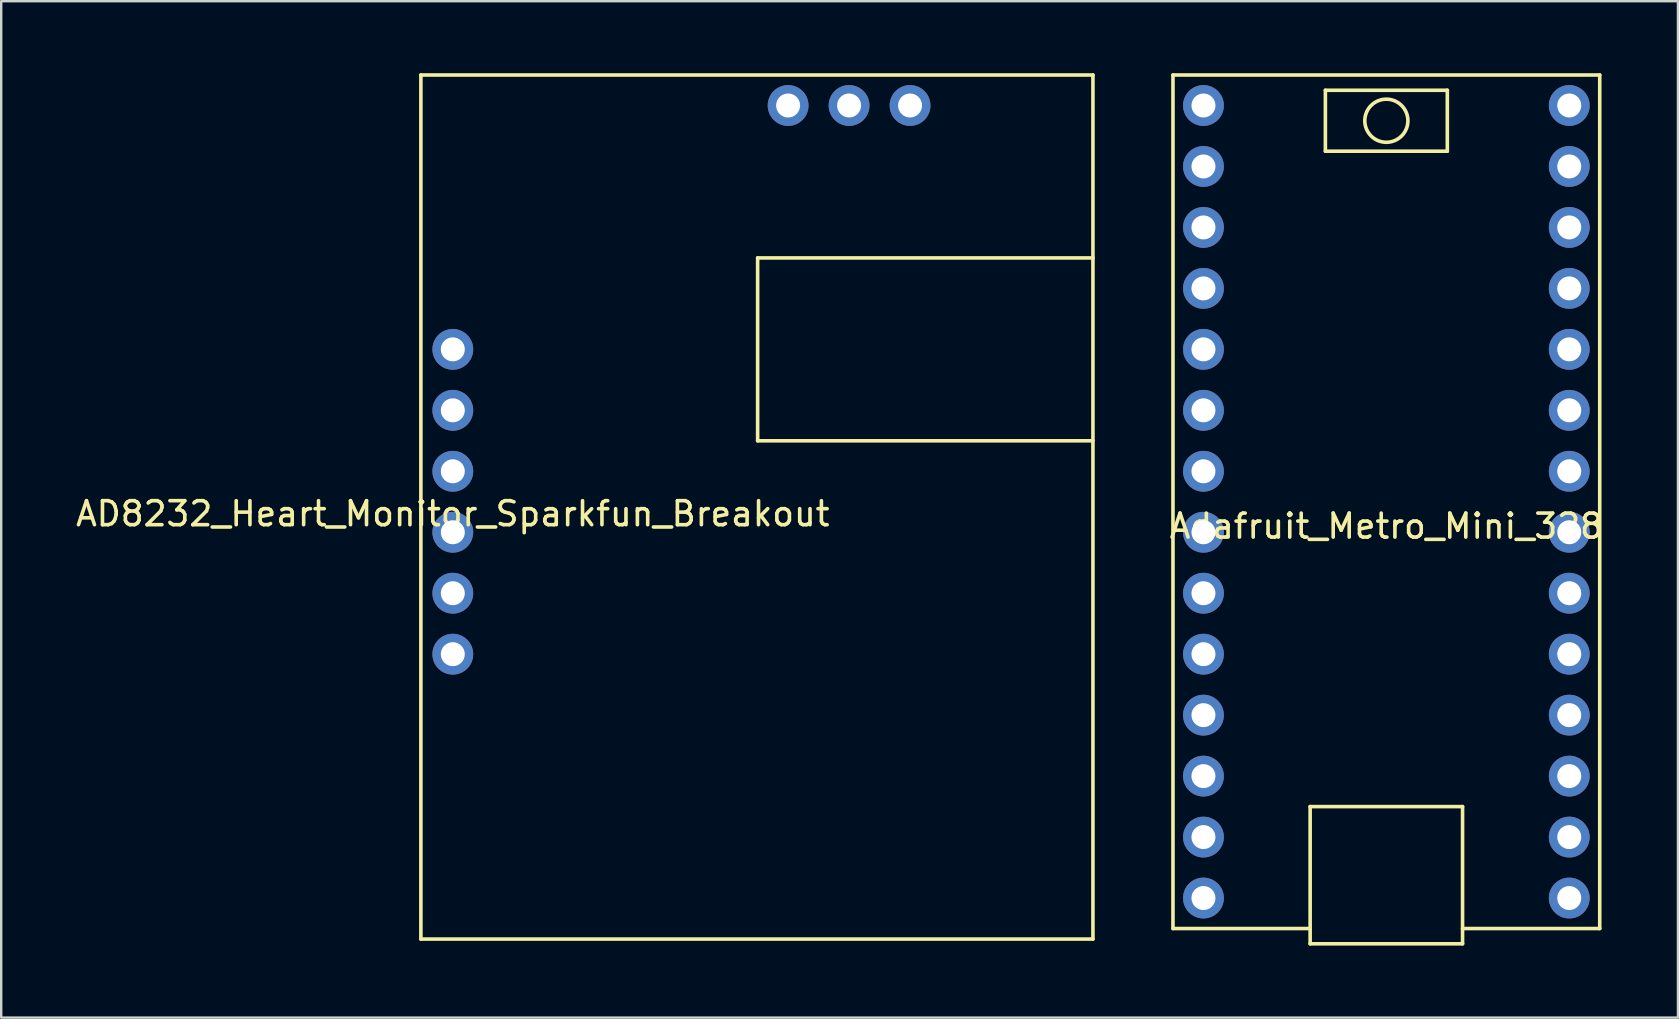
<source format=kicad_pcb>
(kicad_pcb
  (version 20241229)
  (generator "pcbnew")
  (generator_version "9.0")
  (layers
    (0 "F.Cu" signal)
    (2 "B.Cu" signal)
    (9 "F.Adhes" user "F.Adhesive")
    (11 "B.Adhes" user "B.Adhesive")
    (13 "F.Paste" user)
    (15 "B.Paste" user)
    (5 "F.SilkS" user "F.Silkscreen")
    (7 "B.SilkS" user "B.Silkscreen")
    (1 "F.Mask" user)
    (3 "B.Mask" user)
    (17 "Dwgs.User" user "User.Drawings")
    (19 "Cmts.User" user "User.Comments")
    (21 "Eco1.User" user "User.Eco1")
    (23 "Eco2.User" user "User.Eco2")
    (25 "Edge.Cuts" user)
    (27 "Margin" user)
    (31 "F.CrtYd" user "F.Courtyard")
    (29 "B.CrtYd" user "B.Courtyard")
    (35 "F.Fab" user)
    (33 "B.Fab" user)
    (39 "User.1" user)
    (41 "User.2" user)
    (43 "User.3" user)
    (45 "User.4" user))
  (footprint "AD8232_Heart_Monitor_Sparkfun_Breakout"
    (layer "F.Cu")
    (at 28.515 17.855)
    (property "Reference" "AD8232_Heart_Monitor_Sparkfun_Breakout" (at -12.7 0.5 0) (layer "F.SilkS") (effects (font (size 1 1) (thickness 0.15))))
    (attr through_hole)
    (fp_line (start -14.03 -17.78) (end -14.03 18.22) (stroke (width 0.15) (type solid)) (layer "F.SilkS"))
    (fp_line (start -14.03 18.22) (end 13.97 18.22) (stroke (width 0.15) (type solid)) (layer "F.SilkS"))
    (fp_line (start 0 -10.16) (end 0 -2.54) (stroke (width 0.15) (type solid)) (layer "F.SilkS"))
    (fp_line (start 0 -2.54) (end 13.97 -2.54) (stroke (width 0.15) (type solid)) (layer "F.SilkS"))
    (fp_line (start 13.97 -17.78) (end -14.03 -17.78) (stroke (width 0.15) (type solid)) (layer "F.SilkS"))
    (fp_line (start 13.97 -10.16) (end 0 -10.16) (stroke (width 0.15) (type solid)) (layer "F.SilkS"))
    (fp_line (start 13.97 18.22) (end 13.97 -17.78) (stroke (width 0.15) (type solid)) (layer "F.SilkS"))
    (pad "1" thru_hole circle (at -12.7 -6.35) (size 1.7 1.7) (drill 1) (layers "*.Cu" "*.Mask"))
    (pad "2" thru_hole circle (at -12.7 -3.81) (size 1.7 1.7) (drill 1) (layers "*.Cu" "*.Mask"))
    (pad "3" thru_hole circle (at -12.7 -1.27) (size 1.7 1.7) (drill 1) (layers "*.Cu" "*.Mask"))
    (pad "4" thru_hole circle (at -12.7 1.27) (size 1.7 1.7) (drill 1) (layers "*.Cu" "*.Mask"))
    (pad "5" thru_hole circle (at -12.7 3.81) (size 1.7 1.7) (drill 1) (layers "*.Cu" "*.Mask"))
    (pad "6" thru_hole circle (at -12.7 6.35) (size 1.7 1.7) (drill 1) (layers "*.Cu" "*.Mask"))
    (pad "7" thru_hole circle (at 6.35 -16.51) (size 1.7 1.7) (drill 1) (layers "*.Cu" "*.Mask"))
    (pad "8" thru_hole circle (at 3.81 -16.51) (size 1.7 1.7) (drill 1) (layers "*.Cu" "*.Mask"))
    (pad "9" thru_hole circle (at 1.27 -16.51) (size 1.7 1.7) (drill 1) (layers "*.Cu" "*.Mask")))
  (footprint "Adafruit_Metro_Mini_328"
    (layer "F.Cu")
    (at 54.709 19.125)
    (property "Reference" "Adafruit_Metro_Mini_328" (at 0 -0.254 0) (layer "F.SilkS") (effects (font (size 1 1) (thickness 0.15))))
    (attr through_hole)
    (fp_line (start -8.89 -19.05) (end 8.89 -19.05) (stroke (width 0.15) (type solid)) (layer "F.SilkS"))
    (fp_line (start -8.89 16.51) (end -8.89 -19.05) (stroke (width 0.15) (type solid)) (layer "F.SilkS"))
    (fp_line (start -8.89 16.51) (end -3.175 16.51) (stroke (width 0.15) (type solid)) (layer "F.SilkS"))
    (fp_line (start -3.175 11.43) (end 3.175 11.43) (stroke (width 0.15) (type solid)) (layer "F.SilkS"))
    (fp_line (start -3.175 17.145) (end -3.175 11.43) (stroke (width 0.15) (type solid)) (layer "F.SilkS"))
    (fp_line (start -2.54 -18.415) (end 2.54 -18.415) (stroke (width 0.15) (type solid)) (layer "F.SilkS"))
    (fp_line (start -2.54 -15.875) (end -2.54 -18.415) (stroke (width 0.15) (type solid)) (layer "F.SilkS"))
    (fp_line (start 2.54 -18.415) (end 2.54 -15.875) (stroke (width 0.15) (type solid)) (layer "F.SilkS"))
    (fp_line (start 2.54 -15.875) (end -2.54 -15.875) (stroke (width 0.15) (type solid)) (layer "F.SilkS"))
    (fp_line (start 3.175 11.43) (end 3.175 17.145) (stroke (width 0.15) (type solid)) (layer "F.SilkS"))
    (fp_line (start 3.175 17.145) (end -3.175 17.145) (stroke (width 0.15) (type solid)) (layer "F.SilkS"))
    (fp_line (start 8.89 -19.05) (end 8.89 16.51) (stroke (width 0.15) (type solid)) (layer "F.SilkS"))
    (fp_line (start 8.89 16.51) (end 3.175 16.51) (stroke (width 0.15) (type solid)) (layer "F.SilkS"))
    (fp_circle (center 0 -17.145) (end -0.635 -17.78) (stroke (width 0.15) (type solid)) (fill no) (layer "F.SilkS"))
    (pad "1" thru_hole circle (at -7.62 -17.78) (size 1.7 1.7) (drill 1) (layers "*.Cu" "*.Mask"))
    (pad "2" thru_hole circle (at -7.62 -15.24) (size 1.7 1.7) (drill 1) (layers "*.Cu" "*.Mask"))
    (pad "3" thru_hole circle (at -7.62 -12.7) (size 1.7 1.7) (drill 1) (layers "*.Cu" "*.Mask"))
    (pad "4" thru_hole circle (at -7.62 -10.16) (size 1.7 1.7) (drill 1) (layers "*.Cu" "*.Mask"))
    (pad "5" thru_hole circle (at -7.62 -7.62) (size 1.7 1.7) (drill 1) (layers "*.Cu" "*.Mask"))
    (pad "6" thru_hole circle (at -7.62 -5.08) (size 1.7 1.7) (drill 1) (layers "*.Cu" "*.Mask"))
    (pad "7" thru_hole circle (at -7.62 -2.54) (size 1.7 1.7) (drill 1) (layers "*.Cu" "*.Mask"))
    (pad "8" thru_hole circle (at -7.62 0) (size 1.7 1.7) (drill 1) (layers "*.Cu" "*.Mask"))
    (pad "9" thru_hole circle (at -7.62 2.54) (size 1.7 1.7) (drill 1) (layers "*.Cu" "*.Mask"))
    (pad "10" thru_hole circle (at -7.62 5.08) (size 1.7 1.7) (drill 1) (layers "*.Cu" "*.Mask"))
    (pad "11" thru_hole circle (at -7.62 7.62) (size 1.7 1.7) (drill 1) (layers "*.Cu" "*.Mask"))
    (pad "12" thru_hole circle (at -7.62 10.16) (size 1.7 1.7) (drill 1) (layers "*.Cu" "*.Mask"))
    (pad "13" thru_hole circle (at -7.62 12.7) (size 1.7 1.7) (drill 1) (layers "*.Cu" "*.Mask"))
    (pad "14" thru_hole circle (at -7.62 15.24) (size 1.7 1.7) (drill 1) (layers "*.Cu" "*.Mask"))
    (pad "15" thru_hole circle (at 7.62 15.24) (size 1.7 1.7) (drill 1) (layers "*.Cu" "*.Mask"))
    (pad "16" thru_hole circle (at 7.62 12.7) (size 1.7 1.7) (drill 1) (layers "*.Cu" "*.Mask"))
    (pad "17" thru_hole circle (at 7.62 10.16) (size 1.7 1.7) (drill 1) (layers "*.Cu" "*.Mask"))
    (pad "18" thru_hole circle (at 7.62 7.62) (size 1.7 1.7) (drill 1) (layers "*.Cu" "*.Mask"))
    (pad "19" thru_hole circle (at 7.62 5.08) (size 1.7 1.7) (drill 1) (layers "*.Cu" "*.Mask"))
    (pad "20" thru_hole circle (at 7.62 2.54) (size 1.7 1.7) (drill 1) (layers "*.Cu" "*.Mask"))
    (pad "21" thru_hole circle (at 7.62 0) (size 1.7 1.7) (drill 1) (layers "*.Cu" "*.Mask"))
    (pad "22" thru_hole circle (at 7.62 -2.54) (size 1.7 1.7) (drill 1) (layers "*.Cu" "*.Mask"))
    (pad "23" thru_hole circle (at 7.62 -5.08) (size 1.7 1.7) (drill 1) (layers "*.Cu" "*.Mask"))
    (pad "24" thru_hole circle (at 7.62 -7.62) (size 1.7 1.7) (drill 1) (layers "*.Cu" "*.Mask"))
    (pad "25" thru_hole circle (at 7.62 -10.16) (size 1.7 1.7) (drill 1) (layers "*.Cu" "*.Mask"))
    (pad "26" thru_hole circle (at 7.62 -12.7) (size 1.7 1.7) (drill 1) (layers "*.Cu" "*.Mask"))
    (pad "27" thru_hole circle (at 7.62 -15.24) (size 1.7 1.7) (drill 1) (layers "*.Cu" "*.Mask"))
    (pad "28" thru_hole circle (at 7.62 -17.78) (size 1.7 1.7) (drill 1) (layers "*.Cu" "*.Mask")))
  (gr_rect
    (start -3 -3)
    (end 66.858 39.345)
    (stroke (width 0.1) (type default))
    (fill no)
    (layer "Edge.Cuts")))
</source>
